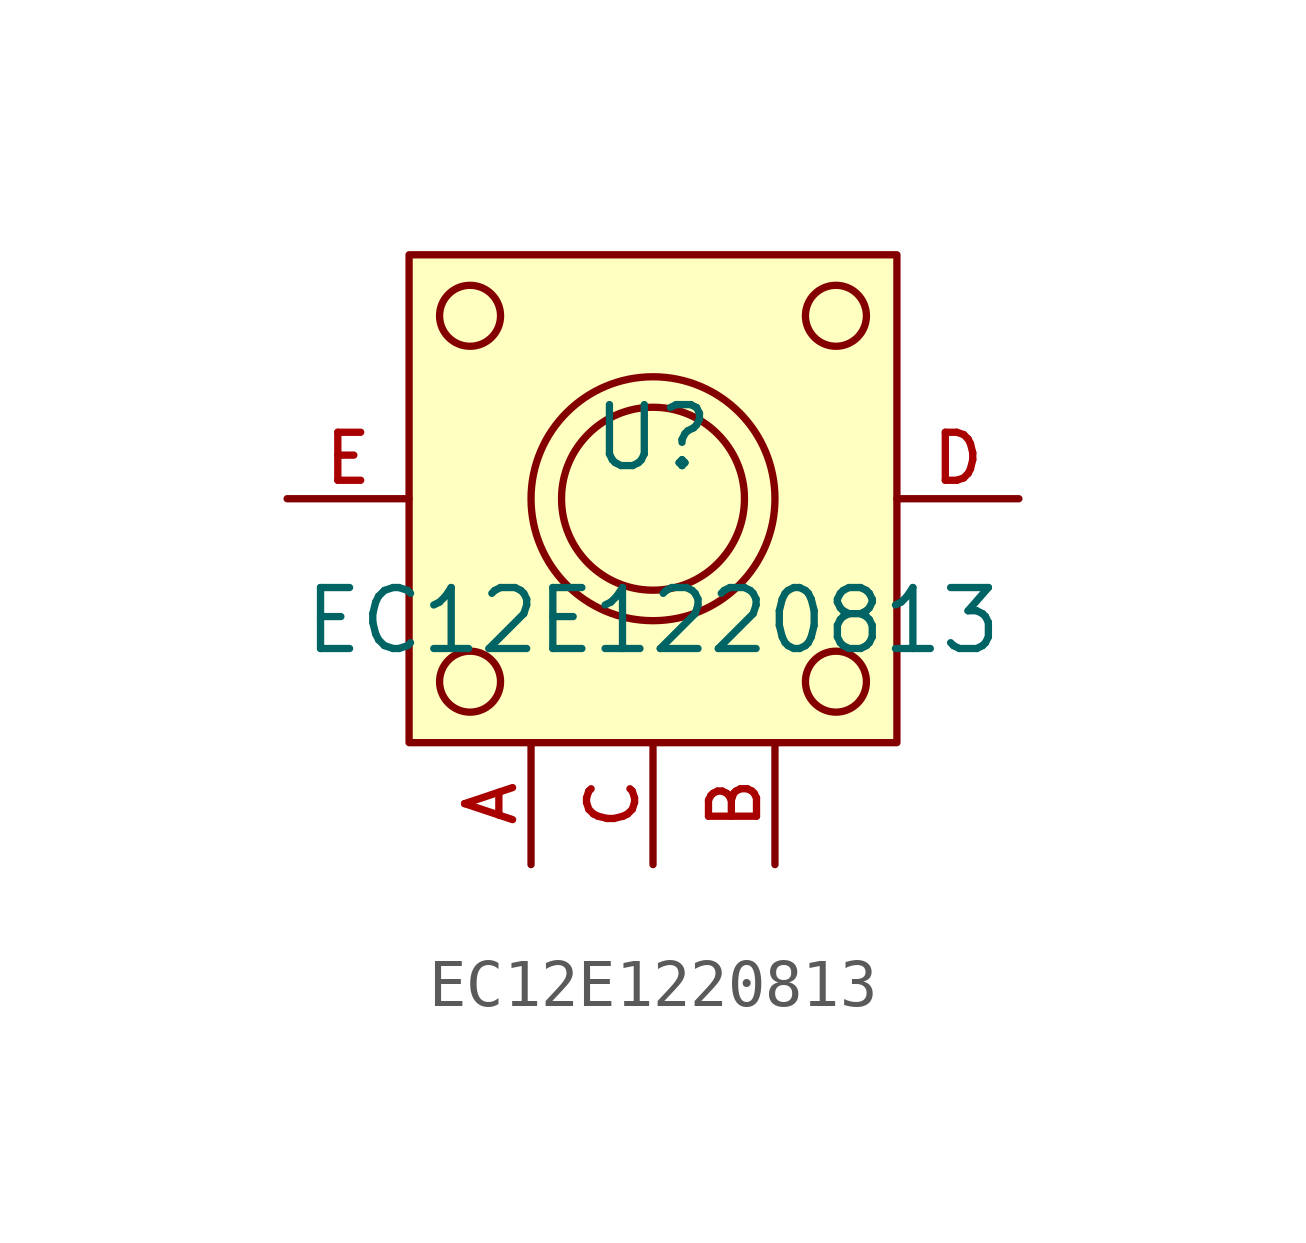
<source format=kicad_sym>
(kicad_symbol_lib
  (version 20210201)
  (generator TousstNicolas/JLC2KiCad_lib)
  (symbol "EC12E1220813"
    (pin_names hide)
    (property "Reference" "U"
      (at 0 1.27 0)
      (effects (font (size 1.27 1.27))))
    (property "Value" "EC12E1220813"
      (at 0 -2.54 0)
      (effects (font (size 1.27 1.27))))
    (symbol "EC12E1220813_0_1"
      (pin unspecified line (at 7.62 -0.0 180) (length 2.54) (name "D" (effects (font (size 1 1)))) (number "D" (effects (font (size 1 1)))))
      (pin unspecified line (at -7.62 -0.0 0) (length 2.54) (name "E" (effects (font (size 1 1)))) (number "E" (effects (font (size 1 1)))))
      (pin unspecified line (at 0.0 -7.62 90) (length 2.54) (name "C" (effects (font (size 1 1)))) (number "C" (effects (font (size 1 1)))))
      (pin unspecified line (at 2.54 -7.62 90) (length 2.54) (name "B" (effects (font (size 1 1)))) (number "B" (effects (font (size 1 1)))))
      (pin unspecified line (at -2.54 -7.62 90) (length 2.54) (name "A" (effects (font (size 1 1)))) (number "A" (effects (font (size 1 1)))))
      (circle (center 3.81 -3.81) (radius 0.635) (stroke (width 0) (type default) (color 0 0 0 0)) (fill (type background)))
      (circle (center -3.81 -3.81) (radius 0.635) (stroke (width 0) (type default) (color 0 0 0 0)) (fill (type background)))
      (circle (center 3.81 3.81) (radius 0.635) (stroke (width 0) (type default) (color 0 0 0 0)) (fill (type background)))
      (circle (center -3.81 3.81) (radius 0.635) (stroke (width 0) (type default) (color 0 0 0 0)) (fill (type background)))
      (circle (center 0.0 -0.0) (radius 1.905) (stroke (width 0) (type default) (color 0 0 0 0)) (fill (type background)))
      (circle (center 0.0 -0.0) (radius 2.54) (stroke (width 0) (type default) (color 0 0 0 0)) (fill (type background)))
      (rectangle (start -5.08 5.08) (end 5.08 -5.08) (stroke (width 0) (type default) (color 0 0 0 0)) (fill (type background))))))
</source>
